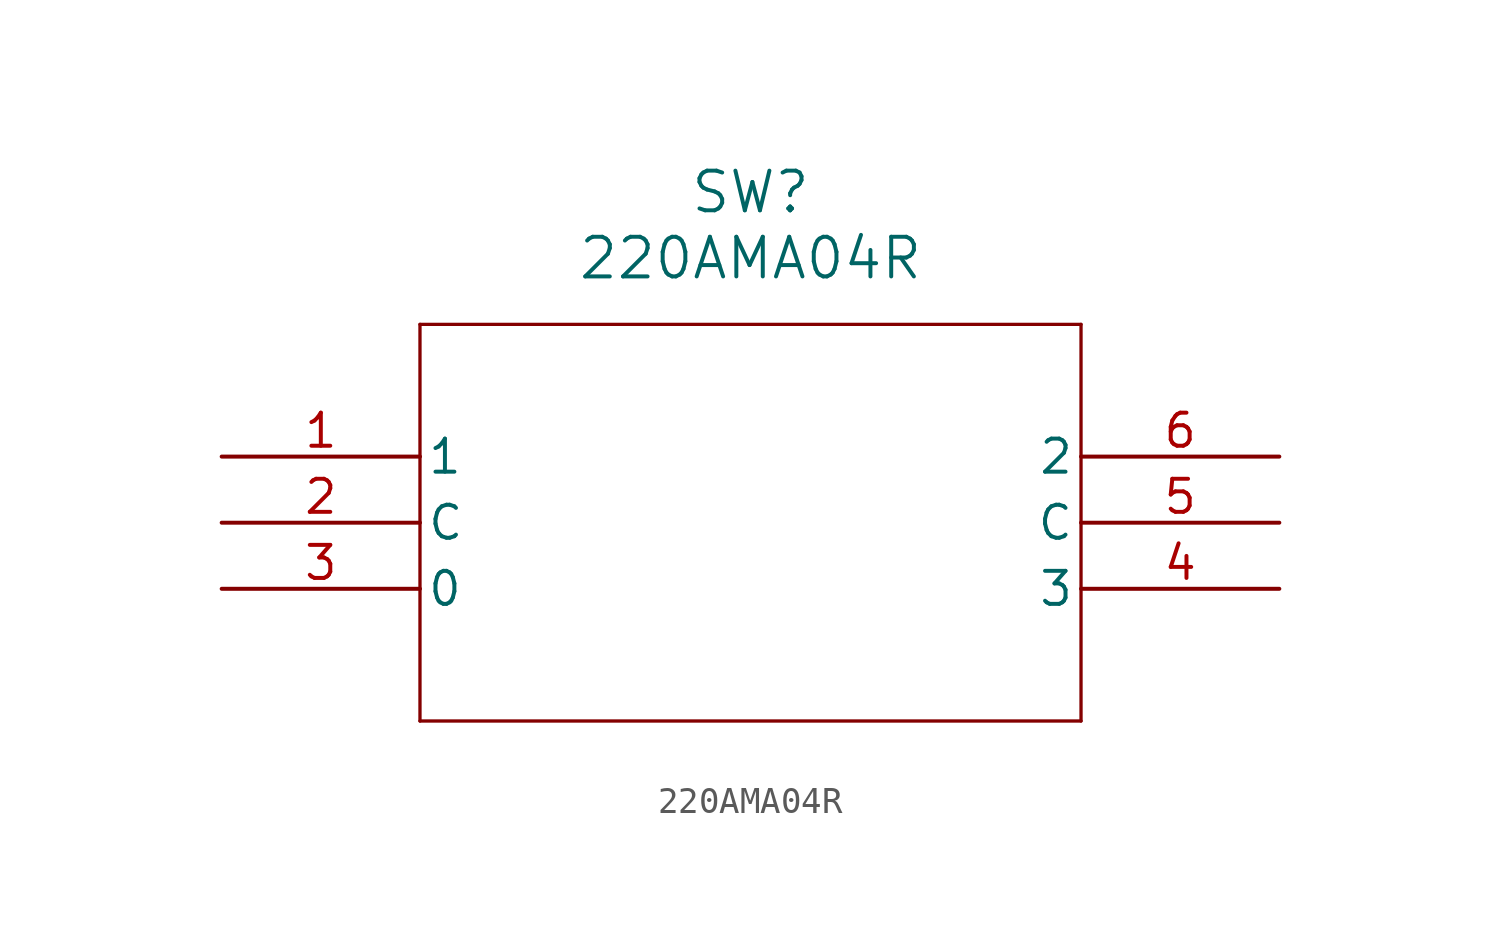
<source format=kicad_sym>
(kicad_symbol_lib
  (version 20220914)
  (generator kicad_symbol_editor)
  (symbol "220AMA04R"
    (pin_names
      (offset 0.254))
    (property "Reference" "SW"
      (at 20.32 10.16 0)
      (effects (font (size 1.524 1.524))))
    (property "Value" "220AMA04R"
      (at 20.32 7.62 0)
      (effects (font (size 1.524 1.524))))
    (symbol "220AMA04R_0_1"
      (polyline (pts (xy 7.62 -10.16) (xy 33.02 -10.16)) (stroke (width 0.127) (type default)) (fill (type none)))
      (polyline (pts (xy 7.62 5.08) (xy 7.62 -10.16)) (stroke (width 0.127) (type default)) (fill (type none)))
      (polyline (pts (xy 33.02 -10.16) (xy 33.02 5.08)) (stroke (width 0.127) (type default)) (fill (type none)))
      (polyline (pts (xy 33.02 5.08) (xy 7.62 5.08)) (stroke (width 0.127) (type default)) (fill (type none)))
      (pin unspecified line (at 0 0 0) (length 7.62) (name "1" (effects (font (size 1.27 1.27)))) (number "1" (effects (font (size 1.27 1.27)))))
      (pin unspecified line (at 0 -2.54 0) (length 7.62) (name "C" (effects (font (size 1.27 1.27)))) (number "2" (effects (font (size 1.27 1.27)))))
      (pin unspecified line (at 0 -5.08 0) (length 7.62) (name "0" (effects (font (size 1.27 1.27)))) (number "3" (effects (font (size 1.27 1.27)))))
      (pin unspecified line (at 40.64 -5.08 180) (length 7.62) (name "3" (effects (font (size 1.27 1.27)))) (number "4" (effects (font (size 1.27 1.27)))))
      (pin unspecified line (at 40.64 -2.54 180) (length 7.62) (name "C" (effects (font (size 1.27 1.27)))) (number "5" (effects (font (size 1.27 1.27)))))
      (pin unspecified line (at 40.64 0 180) (length 7.62) (name "2" (effects (font (size 1.27 1.27)))) (number "6" (effects (font (size 1.27 1.27))))))))
</source>
